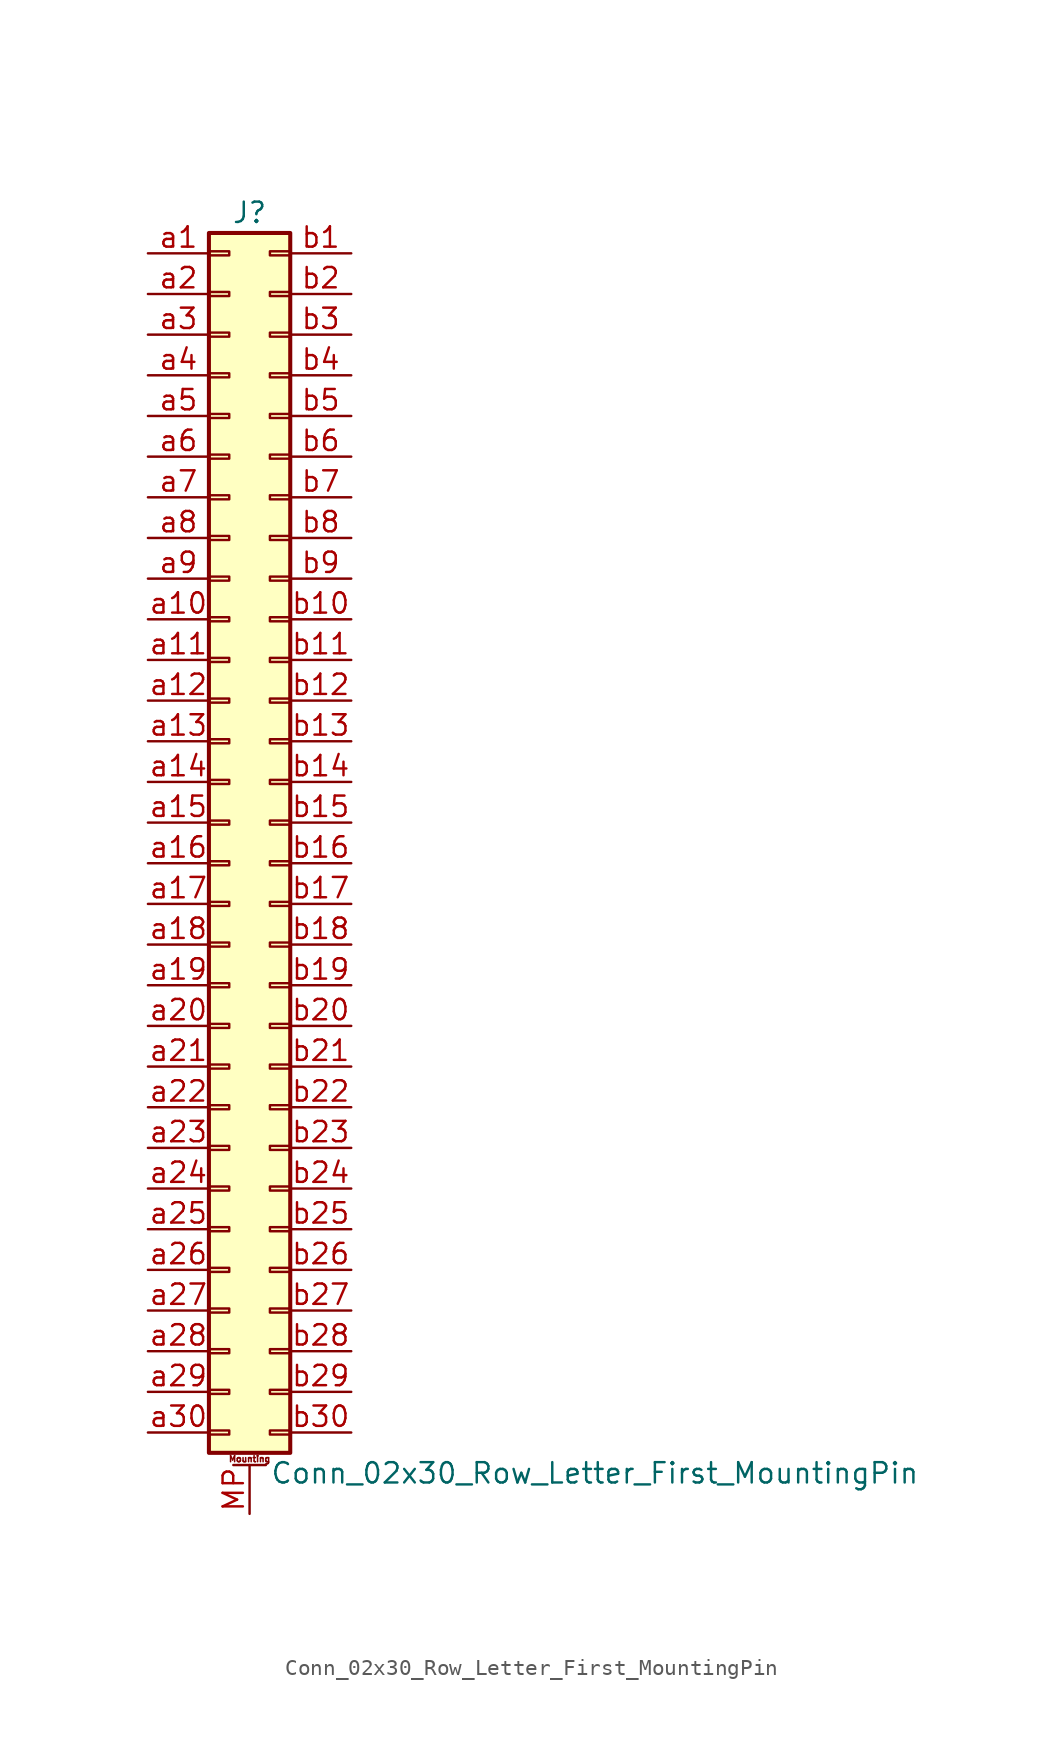
<source format=kicad_sym>
(kicad_symbol_lib
  (version 20211014)
  (generator kicad_symbol_editor)
  (symbol "Conn_02x30_Row_Letter_First_MountingPin"
    (pin_names
      (offset 1.016) hide)
    (property "Reference" "J"
      (at 1.27 38.1 0)
      (effects (font (size 1.27 1.27))))
    (property "Value" "Conn_02x30_Row_Letter_First_MountingPin"
      (at 2.54 -40.64 0)
      (effects (font (size 1.27 1.27)) (justify left)))
    (symbol "Conn_02x30_Row_Letter_First_MountingPin_1_1"
      (rectangle (start -1.27 -37.973) (end 0 -38.227) (stroke (width 0.152) (type default) (color 0 0 0 0)) (fill (type none)))
      (rectangle (start -1.27 -35.433) (end 0 -35.687) (stroke (width 0.152) (type default) (color 0 0 0 0)) (fill (type none)))
      (rectangle (start -1.27 -32.893) (end 0 -33.147) (stroke (width 0.152) (type default) (color 0 0 0 0)) (fill (type none)))
      (rectangle (start -1.27 -30.353) (end 0 -30.607) (stroke (width 0.152) (type default) (color 0 0 0 0)) (fill (type none)))
      (rectangle (start -1.27 -27.813) (end 0 -28.067) (stroke (width 0.152) (type default) (color 0 0 0 0)) (fill (type none)))
      (rectangle (start -1.27 -25.273) (end 0 -25.527) (stroke (width 0.152) (type default) (color 0 0 0 0)) (fill (type none)))
      (rectangle (start -1.27 -22.733) (end 0 -22.987) (stroke (width 0.152) (type default) (color 0 0 0 0)) (fill (type none)))
      (rectangle (start -1.27 -20.193) (end 0 -20.447) (stroke (width 0.152) (type default) (color 0 0 0 0)) (fill (type none)))
      (rectangle (start -1.27 -17.653) (end 0 -17.907) (stroke (width 0.152) (type default) (color 0 0 0 0)) (fill (type none)))
      (rectangle (start -1.27 -15.113) (end 0 -15.367) (stroke (width 0.152) (type default) (color 0 0 0 0)) (fill (type none)))
      (rectangle (start -1.27 -12.573) (end 0 -12.827) (stroke (width 0.152) (type default) (color 0 0 0 0)) (fill (type none)))
      (rectangle (start -1.27 -10.033) (end 0 -10.287) (stroke (width 0.152) (type default) (color 0 0 0 0)) (fill (type none)))
      (rectangle (start -1.27 -7.493) (end 0 -7.747) (stroke (width 0.152) (type default) (color 0 0 0 0)) (fill (type none)))
      (rectangle (start -1.27 -4.953) (end 0 -5.207) (stroke (width 0.152) (type default) (color 0 0 0 0)) (fill (type none)))
      (rectangle (start -1.27 -2.413) (end 0 -2.667) (stroke (width 0.152) (type default) (color 0 0 0 0)) (fill (type none)))
      (rectangle (start -1.27 0.127) (end 0 -0.127) (stroke (width 0.152) (type default) (color 0 0 0 0)) (fill (type none)))
      (rectangle (start -1.27 2.667) (end 0 2.413) (stroke (width 0.152) (type default) (color 0 0 0 0)) (fill (type none)))
      (rectangle (start -1.27 5.207) (end 0 4.953) (stroke (width 0.152) (type default) (color 0 0 0 0)) (fill (type none)))
      (rectangle (start -1.27 7.747) (end 0 7.493) (stroke (width 0.152) (type default) (color 0 0 0 0)) (fill (type none)))
      (rectangle (start -1.27 10.287) (end 0 10.033) (stroke (width 0.152) (type default) (color 0 0 0 0)) (fill (type none)))
      (rectangle (start -1.27 12.827) (end 0 12.573) (stroke (width 0.152) (type default) (color 0 0 0 0)) (fill (type none)))
      (rectangle (start -1.27 15.367) (end 0 15.113) (stroke (width 0.152) (type default) (color 0 0 0 0)) (fill (type none)))
      (rectangle (start -1.27 17.907) (end 0 17.653) (stroke (width 0.152) (type default) (color 0 0 0 0)) (fill (type none)))
      (rectangle (start -1.27 20.447) (end 0 20.193) (stroke (width 0.152) (type default) (color 0 0 0 0)) (fill (type none)))
      (rectangle (start -1.27 22.987) (end 0 22.733) (stroke (width 0.152) (type default) (color 0 0 0 0)) (fill (type none)))
      (rectangle (start -1.27 25.527) (end 0 25.273) (stroke (width 0.152) (type default) (color 0 0 0 0)) (fill (type none)))
      (rectangle (start -1.27 28.067) (end 0 27.813) (stroke (width 0.152) (type default) (color 0 0 0 0)) (fill (type none)))
      (rectangle (start -1.27 30.607) (end 0 30.353) (stroke (width 0.152) (type default) (color 0 0 0 0)) (fill (type none)))
      (rectangle (start -1.27 33.147) (end 0 32.893) (stroke (width 0.152) (type default) (color 0 0 0 0)) (fill (type none)))
      (rectangle (start -1.27 35.687) (end 0 35.433) (stroke (width 0.152) (type default) (color 0 0 0 0)) (fill (type none)))
      (rectangle (start -1.27 36.83) (end 3.81 -39.37) (stroke (width 0.254) (type default) (color 0 0 0 0)) (fill (type background)))
      (polyline (pts (xy 0.254 -40.132) (xy 2.286 -40.132)) (stroke (width 0.152) (type default) (color 0 0 0 0)) (fill (type none)))
      (rectangle (start 3.81 -37.973) (end 2.54 -38.227) (stroke (width 0.152) (type default) (color 0 0 0 0)) (fill (type none)))
      (rectangle (start 3.81 -35.433) (end 2.54 -35.687) (stroke (width 0.152) (type default) (color 0 0 0 0)) (fill (type none)))
      (rectangle (start 3.81 -32.893) (end 2.54 -33.147) (stroke (width 0.152) (type default) (color 0 0 0 0)) (fill (type none)))
      (rectangle (start 3.81 -30.353) (end 2.54 -30.607) (stroke (width 0.152) (type default) (color 0 0 0 0)) (fill (type none)))
      (rectangle (start 3.81 -27.813) (end 2.54 -28.067) (stroke (width 0.152) (type default) (color 0 0 0 0)) (fill (type none)))
      (rectangle (start 3.81 -25.273) (end 2.54 -25.527) (stroke (width 0.152) (type default) (color 0 0 0 0)) (fill (type none)))
      (rectangle (start 3.81 -22.733) (end 2.54 -22.987) (stroke (width 0.152) (type default) (color 0 0 0 0)) (fill (type none)))
      (rectangle (start 3.81 -20.193) (end 2.54 -20.447) (stroke (width 0.152) (type default) (color 0 0 0 0)) (fill (type none)))
      (rectangle (start 3.81 -17.653) (end 2.54 -17.907) (stroke (width 0.152) (type default) (color 0 0 0 0)) (fill (type none)))
      (rectangle (start 3.81 -15.113) (end 2.54 -15.367) (stroke (width 0.152) (type default) (color 0 0 0 0)) (fill (type none)))
      (rectangle (start 3.81 -12.573) (end 2.54 -12.827) (stroke (width 0.152) (type default) (color 0 0 0 0)) (fill (type none)))
      (rectangle (start 3.81 -10.033) (end 2.54 -10.287) (stroke (width 0.152) (type default) (color 0 0 0 0)) (fill (type none)))
      (rectangle (start 3.81 -7.493) (end 2.54 -7.747) (stroke (width 0.152) (type default) (color 0 0 0 0)) (fill (type none)))
      (rectangle (start 3.81 -4.953) (end 2.54 -5.207) (stroke (width 0.152) (type default) (color 0 0 0 0)) (fill (type none)))
      (rectangle (start 3.81 -2.413) (end 2.54 -2.667) (stroke (width 0.152) (type default) (color 0 0 0 0)) (fill (type none)))
      (rectangle (start 3.81 0.127) (end 2.54 -0.127) (stroke (width 0.152) (type default) (color 0 0 0 0)) (fill (type none)))
      (rectangle (start 3.81 2.667) (end 2.54 2.413) (stroke (width 0.152) (type default) (color 0 0 0 0)) (fill (type none)))
      (rectangle (start 3.81 5.207) (end 2.54 4.953) (stroke (width 0.152) (type default) (color 0 0 0 0)) (fill (type none)))
      (rectangle (start 3.81 7.747) (end 2.54 7.493) (stroke (width 0.152) (type default) (color 0 0 0 0)) (fill (type none)))
      (rectangle (start 3.81 10.287) (end 2.54 10.033) (stroke (width 0.152) (type default) (color 0 0 0 0)) (fill (type none)))
      (rectangle (start 3.81 12.827) (end 2.54 12.573) (stroke (width 0.152) (type default) (color 0 0 0 0)) (fill (type none)))
      (rectangle (start 3.81 15.367) (end 2.54 15.113) (stroke (width 0.152) (type default) (color 0 0 0 0)) (fill (type none)))
      (rectangle (start 3.81 17.907) (end 2.54 17.653) (stroke (width 0.152) (type default) (color 0 0 0 0)) (fill (type none)))
      (rectangle (start 3.81 20.447) (end 2.54 20.193) (stroke (width 0.152) (type default) (color 0 0 0 0)) (fill (type none)))
      (rectangle (start 3.81 22.987) (end 2.54 22.733) (stroke (width 0.152) (type default) (color 0 0 0 0)) (fill (type none)))
      (rectangle (start 3.81 25.527) (end 2.54 25.273) (stroke (width 0.152) (type default) (color 0 0 0 0)) (fill (type none)))
      (rectangle (start 3.81 28.067) (end 2.54 27.813) (stroke (width 0.152) (type default) (color 0 0 0 0)) (fill (type none)))
      (rectangle (start 3.81 30.607) (end 2.54 30.353) (stroke (width 0.152) (type default) (color 0 0 0 0)) (fill (type none)))
      (rectangle (start 3.81 33.147) (end 2.54 32.893) (stroke (width 0.152) (type default) (color 0 0 0 0)) (fill (type none)))
      (rectangle (start 3.81 35.687) (end 2.54 35.433) (stroke (width 0.152) (type default) (color 0 0 0 0)) (fill (type none)))
      (text "Mounting" (at 1.27 -39.751 0) (effects (font (size 0.381 0.381))))
      (pin passive line (at 1.27 -43.18 90) (length 3.048) (name "MountPin" (effects (font (size 1.27 1.27)))) (number "MP" (effects (font (size 1.27 1.27)))))
      (pin passive line (at -5.08 35.56 0) (length 3.81) (name "Pin_a1" (effects (font (size 1.27 1.27)))) (number "a1" (effects (font (size 1.27 1.27)))))
      (pin passive line (at -5.08 12.7 0) (length 3.81) (name "Pin_a10" (effects (font (size 1.27 1.27)))) (number "a10" (effects (font (size 1.27 1.27)))))
      (pin passive line (at -5.08 10.16 0) (length 3.81) (name "Pin_a11" (effects (font (size 1.27 1.27)))) (number "a11" (effects (font (size 1.27 1.27)))))
      (pin passive line (at -5.08 7.62 0) (length 3.81) (name "Pin_a12" (effects (font (size 1.27 1.27)))) (number "a12" (effects (font (size 1.27 1.27)))))
      (pin passive line (at -5.08 5.08 0) (length 3.81) (name "Pin_a13" (effects (font (size 1.27 1.27)))) (number "a13" (effects (font (size 1.27 1.27)))))
      (pin passive line (at -5.08 2.54 0) (length 3.81) (name "Pin_a14" (effects (font (size 1.27 1.27)))) (number "a14" (effects (font (size 1.27 1.27)))))
      (pin passive line (at -5.08 0 0) (length 3.81) (name "Pin_a15" (effects (font (size 1.27 1.27)))) (number "a15" (effects (font (size 1.27 1.27)))))
      (pin passive line (at -5.08 -2.54 0) (length 3.81) (name "Pin_a16" (effects (font (size 1.27 1.27)))) (number "a16" (effects (font (size 1.27 1.27)))))
      (pin passive line (at -5.08 -5.08 0) (length 3.81) (name "Pin_a17" (effects (font (size 1.27 1.27)))) (number "a17" (effects (font (size 1.27 1.27)))))
      (pin passive line (at -5.08 -7.62 0) (length 3.81) (name "Pin_a18" (effects (font (size 1.27 1.27)))) (number "a18" (effects (font (size 1.27 1.27)))))
      (pin passive line (at -5.08 -10.16 0) (length 3.81) (name "Pin_a19" (effects (font (size 1.27 1.27)))) (number "a19" (effects (font (size 1.27 1.27)))))
      (pin passive line (at -5.08 33.02 0) (length 3.81) (name "Pin_a2" (effects (font (size 1.27 1.27)))) (number "a2" (effects (font (size 1.27 1.27)))))
      (pin passive line (at -5.08 -12.7 0) (length 3.81) (name "Pin_a20" (effects (font (size 1.27 1.27)))) (number "a20" (effects (font (size 1.27 1.27)))))
      (pin passive line (at -5.08 -15.24 0) (length 3.81) (name "Pin_a21" (effects (font (size 1.27 1.27)))) (number "a21" (effects (font (size 1.27 1.27)))))
      (pin passive line (at -5.08 -17.78 0) (length 3.81) (name "Pin_a22" (effects (font (size 1.27 1.27)))) (number "a22" (effects (font (size 1.27 1.27)))))
      (pin passive line (at -5.08 -20.32 0) (length 3.81) (name "Pin_a23" (effects (font (size 1.27 1.27)))) (number "a23" (effects (font (size 1.27 1.27)))))
      (pin passive line (at -5.08 -22.86 0) (length 3.81) (name "Pin_a24" (effects (font (size 1.27 1.27)))) (number "a24" (effects (font (size 1.27 1.27)))))
      (pin passive line (at -5.08 -25.4 0) (length 3.81) (name "Pin_a25" (effects (font (size 1.27 1.27)))) (number "a25" (effects (font (size 1.27 1.27)))))
      (pin passive line (at -5.08 -27.94 0) (length 3.81) (name "Pin_a26" (effects (font (size 1.27 1.27)))) (number "a26" (effects (font (size 1.27 1.27)))))
      (pin passive line (at -5.08 -30.48 0) (length 3.81) (name "Pin_a27" (effects (font (size 1.27 1.27)))) (number "a27" (effects (font (size 1.27 1.27)))))
      (pin passive line (at -5.08 -33.02 0) (length 3.81) (name "Pin_a28" (effects (font (size 1.27 1.27)))) (number "a28" (effects (font (size 1.27 1.27)))))
      (pin passive line (at -5.08 -35.56 0) (length 3.81) (name "Pin_a29" (effects (font (size 1.27 1.27)))) (number "a29" (effects (font (size 1.27 1.27)))))
      (pin passive line (at -5.08 30.48 0) (length 3.81) (name "Pin_a3" (effects (font (size 1.27 1.27)))) (number "a3" (effects (font (size 1.27 1.27)))))
      (pin passive line (at -5.08 -38.1 0) (length 3.81) (name "Pin_a30" (effects (font (size 1.27 1.27)))) (number "a30" (effects (font (size 1.27 1.27)))))
      (pin passive line (at -5.08 27.94 0) (length 3.81) (name "Pin_a4" (effects (font (size 1.27 1.27)))) (number "a4" (effects (font (size 1.27 1.27)))))
      (pin passive line (at -5.08 25.4 0) (length 3.81) (name "Pin_a5" (effects (font (size 1.27 1.27)))) (number "a5" (effects (font (size 1.27 1.27)))))
      (pin passive line (at -5.08 22.86 0) (length 3.81) (name "Pin_a6" (effects (font (size 1.27 1.27)))) (number "a6" (effects (font (size 1.27 1.27)))))
      (pin passive line (at -5.08 20.32 0) (length 3.81) (name "Pin_a7" (effects (font (size 1.27 1.27)))) (number "a7" (effects (font (size 1.27 1.27)))))
      (pin passive line (at -5.08 17.78 0) (length 3.81) (name "Pin_a8" (effects (font (size 1.27 1.27)))) (number "a8" (effects (font (size 1.27 1.27)))))
      (pin passive line (at -5.08 15.24 0) (length 3.81) (name "Pin_a9" (effects (font (size 1.27 1.27)))) (number "a9" (effects (font (size 1.27 1.27)))))
      (pin passive line (at 7.62 35.56 180) (length 3.81) (name "Pin_b1" (effects (font (size 1.27 1.27)))) (number "b1" (effects (font (size 1.27 1.27)))))
      (pin passive line (at 7.62 12.7 180) (length 3.81) (name "Pin_b10" (effects (font (size 1.27 1.27)))) (number "b10" (effects (font (size 1.27 1.27)))))
      (pin passive line (at 7.62 10.16 180) (length 3.81) (name "Pin_b11" (effects (font (size 1.27 1.27)))) (number "b11" (effects (font (size 1.27 1.27)))))
      (pin passive line (at 7.62 7.62 180) (length 3.81) (name "Pin_b12" (effects (font (size 1.27 1.27)))) (number "b12" (effects (font (size 1.27 1.27)))))
      (pin passive line (at 7.62 5.08 180) (length 3.81) (name "Pin_b13" (effects (font (size 1.27 1.27)))) (number "b13" (effects (font (size 1.27 1.27)))))
      (pin passive line (at 7.62 2.54 180) (length 3.81) (name "Pin_b14" (effects (font (size 1.27 1.27)))) (number "b14" (effects (font (size 1.27 1.27)))))
      (pin passive line (at 7.62 0 180) (length 3.81) (name "Pin_b15" (effects (font (size 1.27 1.27)))) (number "b15" (effects (font (size 1.27 1.27)))))
      (pin passive line (at 7.62 -2.54 180) (length 3.81) (name "Pin_b16" (effects (font (size 1.27 1.27)))) (number "b16" (effects (font (size 1.27 1.27)))))
      (pin passive line (at 7.62 -5.08 180) (length 3.81) (name "Pin_b17" (effects (font (size 1.27 1.27)))) (number "b17" (effects (font (size 1.27 1.27)))))
      (pin passive line (at 7.62 -7.62 180) (length 3.81) (name "Pin_b18" (effects (font (size 1.27 1.27)))) (number "b18" (effects (font (size 1.27 1.27)))))
      (pin passive line (at 7.62 -10.16 180) (length 3.81) (name "Pin_b19" (effects (font (size 1.27 1.27)))) (number "b19" (effects (font (size 1.27 1.27)))))
      (pin passive line (at 7.62 33.02 180) (length 3.81) (name "Pin_b2" (effects (font (size 1.27 1.27)))) (number "b2" (effects (font (size 1.27 1.27)))))
      (pin passive line (at 7.62 -12.7 180) (length 3.81) (name "Pin_b20" (effects (font (size 1.27 1.27)))) (number "b20" (effects (font (size 1.27 1.27)))))
      (pin passive line (at 7.62 -15.24 180) (length 3.81) (name "Pin_b21" (effects (font (size 1.27 1.27)))) (number "b21" (effects (font (size 1.27 1.27)))))
      (pin passive line (at 7.62 -17.78 180) (length 3.81) (name "Pin_b22" (effects (font (size 1.27 1.27)))) (number "b22" (effects (font (size 1.27 1.27)))))
      (pin passive line (at 7.62 -20.32 180) (length 3.81) (name "Pin_b23" (effects (font (size 1.27 1.27)))) (number "b23" (effects (font (size 1.27 1.27)))))
      (pin passive line (at 7.62 -22.86 180) (length 3.81) (name "Pin_b24" (effects (font (size 1.27 1.27)))) (number "b24" (effects (font (size 1.27 1.27)))))
      (pin passive line (at 7.62 -25.4 180) (length 3.81) (name "Pin_b25" (effects (font (size 1.27 1.27)))) (number "b25" (effects (font (size 1.27 1.27)))))
      (pin passive line (at 7.62 -27.94 180) (length 3.81) (name "Pin_b26" (effects (font (size 1.27 1.27)))) (number "b26" (effects (font (size 1.27 1.27)))))
      (pin passive line (at 7.62 -30.48 180) (length 3.81) (name "Pin_b27" (effects (font (size 1.27 1.27)))) (number "b27" (effects (font (size 1.27 1.27)))))
      (pin passive line (at 7.62 -33.02 180) (length 3.81) (name "Pin_b28" (effects (font (size 1.27 1.27)))) (number "b28" (effects (font (size 1.27 1.27)))))
      (pin passive line (at 7.62 -35.56 180) (length 3.81) (name "Pin_b29" (effects (font (size 1.27 1.27)))) (number "b29" (effects (font (size 1.27 1.27)))))
      (pin passive line (at 7.62 30.48 180) (length 3.81) (name "Pin_b3" (effects (font (size 1.27 1.27)))) (number "b3" (effects (font (size 1.27 1.27)))))
      (pin passive line (at 7.62 -38.1 180) (length 3.81) (name "Pin_b30" (effects (font (size 1.27 1.27)))) (number "b30" (effects (font (size 1.27 1.27)))))
      (pin passive line (at 7.62 27.94 180) (length 3.81) (name "Pin_b4" (effects (font (size 1.27 1.27)))) (number "b4" (effects (font (size 1.27 1.27)))))
      (pin passive line (at 7.62 25.4 180) (length 3.81) (name "Pin_b5" (effects (font (size 1.27 1.27)))) (number "b5" (effects (font (size 1.27 1.27)))))
      (pin passive line (at 7.62 22.86 180) (length 3.81) (name "Pin_b6" (effects (font (size 1.27 1.27)))) (number "b6" (effects (font (size 1.27 1.27)))))
      (pin passive line (at 7.62 20.32 180) (length 3.81) (name "Pin_b7" (effects (font (size 1.27 1.27)))) (number "b7" (effects (font (size 1.27 1.27)))))
      (pin passive line (at 7.62 17.78 180) (length 3.81) (name "Pin_b8" (effects (font (size 1.27 1.27)))) (number "b8" (effects (font (size 1.27 1.27)))))
      (pin passive line (at 7.62 15.24 180) (length 3.81) (name "Pin_b9" (effects (font (size 1.27 1.27)))) (number "b9" (effects (font (size 1.27 1.27))))))))
</source>
